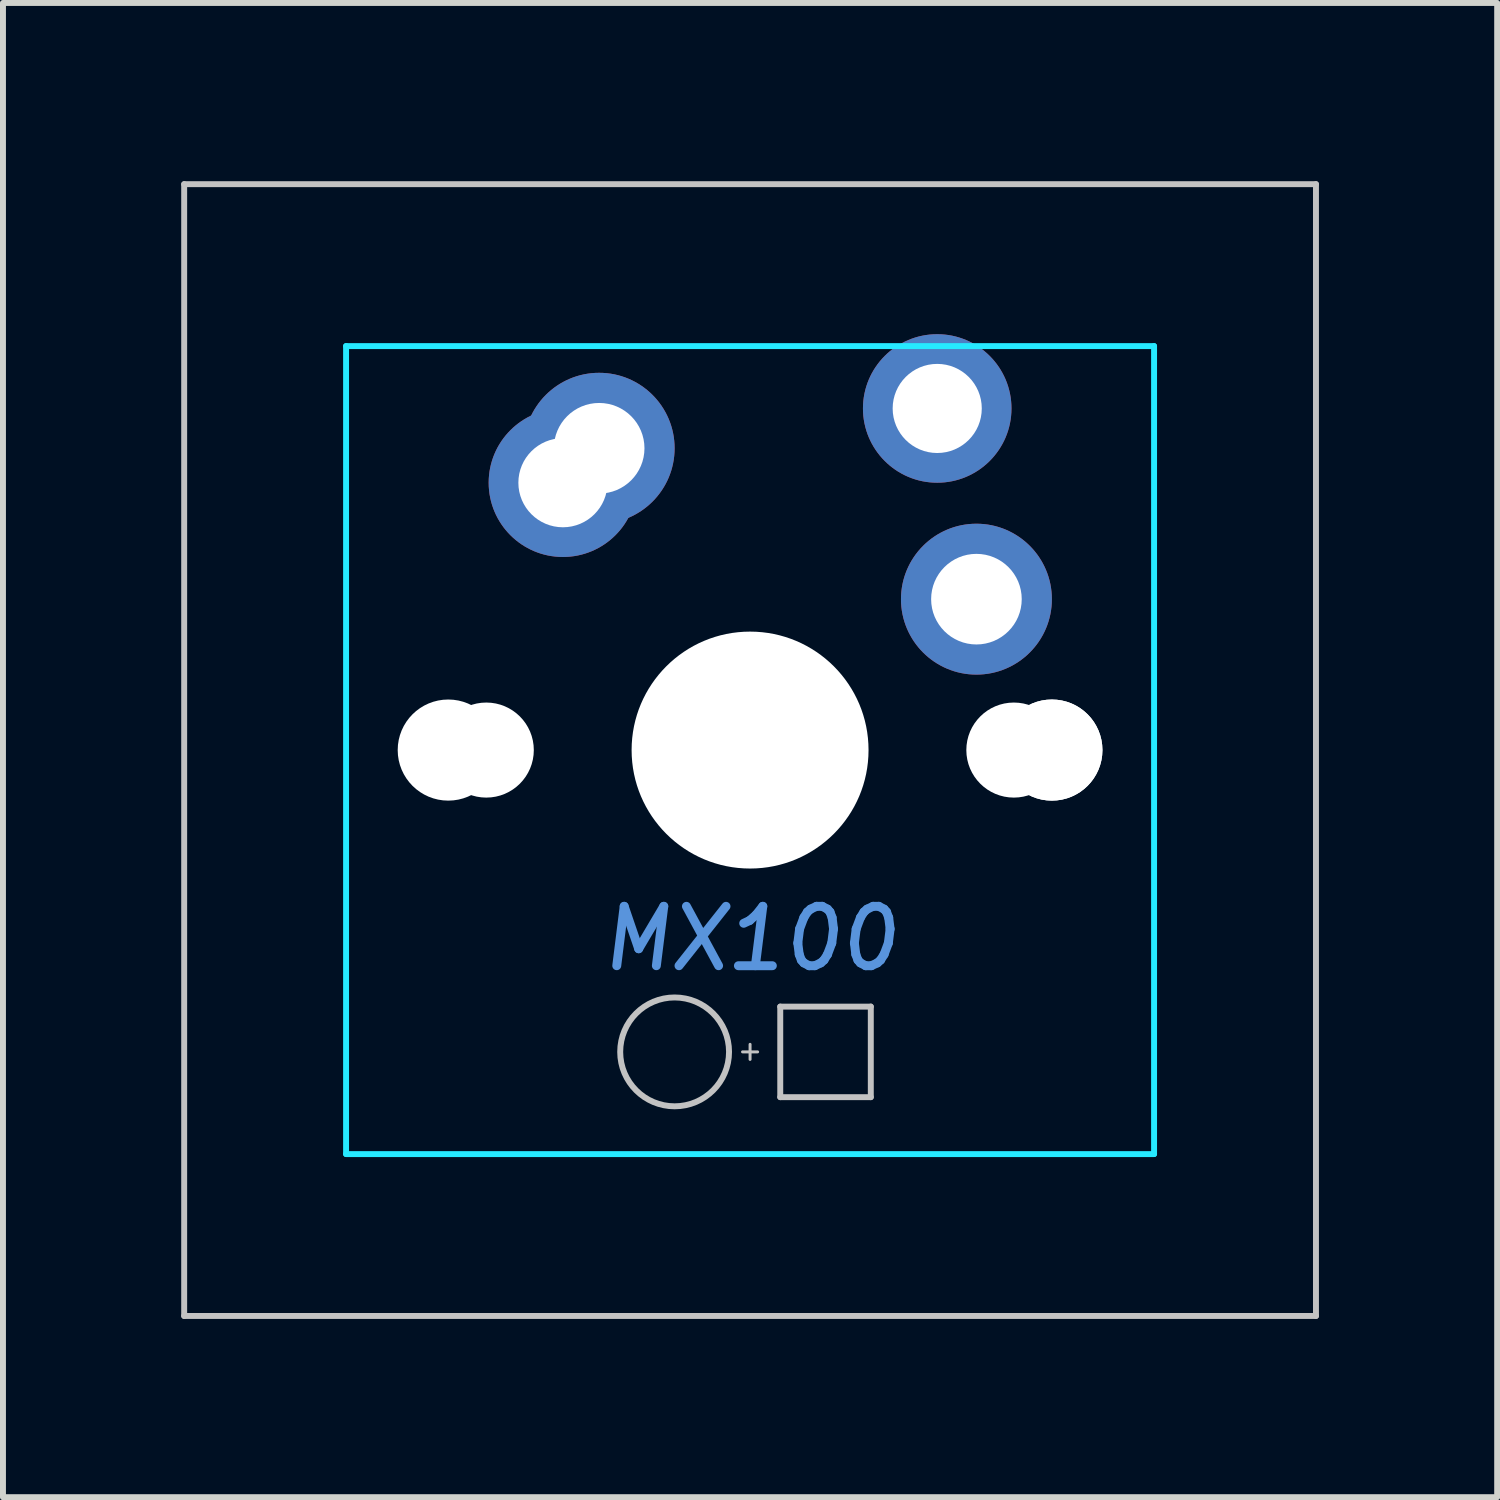
<source format=kicad_pcb>
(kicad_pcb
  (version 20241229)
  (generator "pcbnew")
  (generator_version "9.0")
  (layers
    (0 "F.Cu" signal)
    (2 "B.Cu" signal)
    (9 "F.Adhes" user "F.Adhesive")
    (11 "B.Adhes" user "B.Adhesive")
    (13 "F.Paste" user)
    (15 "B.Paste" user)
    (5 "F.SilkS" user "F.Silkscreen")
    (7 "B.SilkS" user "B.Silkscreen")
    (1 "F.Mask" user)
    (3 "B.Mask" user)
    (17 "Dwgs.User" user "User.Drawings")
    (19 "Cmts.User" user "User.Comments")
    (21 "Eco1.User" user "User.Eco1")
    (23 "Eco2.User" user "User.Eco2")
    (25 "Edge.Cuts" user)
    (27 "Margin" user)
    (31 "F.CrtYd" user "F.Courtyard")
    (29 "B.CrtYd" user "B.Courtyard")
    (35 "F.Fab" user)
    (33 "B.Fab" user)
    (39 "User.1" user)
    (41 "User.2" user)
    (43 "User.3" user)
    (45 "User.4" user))
  (footprint "MX100"
    (layer "F.Cu")
    (at 9.575 9.575)
    (property "Reference" "MX100" (at 0 3.175 0) (layer "Cmts.User") (effects (font (size 1 1) (thickness 0.15) (italic yes))))
    (attr through_hole)
    (fp_line (start -9.525 -9.525) (end 9.525 -9.525) (stroke (width 0.1) (type solid)) (layer "Dwgs.User"))
    (fp_line (start -9.525 9.525) (end -9.525 -9.525) (stroke (width 0.1) (type solid)) (layer "Dwgs.User"))
    (fp_line (start -0.127 5.08) (end 0.127 5.08) (stroke (width 0.05) (type solid)) (layer "Dwgs.User"))
    (fp_line (start 0 4.953) (end 0 5.207) (stroke (width 0.05) (type solid)) (layer "Dwgs.User"))
    (fp_line (start 0.508 4.318) (end 0.508 5.842) (stroke (width 0.1) (type solid)) (layer "Dwgs.User"))
    (fp_line (start 0.508 4.318) (end 2.032 4.318) (stroke (width 0.1) (type solid)) (layer "Dwgs.User"))
    (fp_line (start 2.032 5.842) (end 0.508 5.842) (stroke (width 0.1) (type solid)) (layer "Dwgs.User"))
    (fp_line (start 2.032 5.842) (end 2.032 4.318) (stroke (width 0.1) (type solid)) (layer "Dwgs.User"))
    (fp_line (start 9.525 -9.525) (end 9.525 9.525) (stroke (width 0.1) (type solid)) (layer "Dwgs.User"))
    (fp_line (start 9.525 9.525) (end -9.525 9.525) (stroke (width 0.1) (type solid)) (layer "Dwgs.User"))
    (fp_circle (center -1.27 5.08) (end -0.354 5.08) (stroke (width 0.1) (type solid)) (fill no) (layer "Dwgs.User"))
    (fp_line (start -8.001 -5.715) (end -8.001 -3.175) (stroke (width 0.1) (type solid)) (layer "Eco1.User"))
    (fp_line (start -8.001 5.715) (end -8.001 3.175) (stroke (width 0.1) (type solid)) (layer "Eco1.User"))
    (fp_line (start -7.747 -5.969) (end -7.239 -5.969) (stroke (width 0.1) (type solid)) (layer "Eco1.User"))
    (fp_line (start -7.747 -2.921) (end -7.239 -2.921) (stroke (width 0.1) (type solid)) (layer "Eco1.User"))
    (fp_line (start -7.747 2.921) (end -7.239 2.921) (stroke (width 0.1) (type solid)) (layer "Eco1.User"))
    (fp_line (start -7.747 5.969) (end -7.239 5.969) (stroke (width 0.1) (type solid)) (layer "Eco1.User"))
    (fp_line (start -6.985 -6.223) (end -6.985 -6.731) (stroke (width 0.1) (type solid)) (layer "Eco1.User"))
    (fp_line (start -6.985 -2.667) (end -6.985 2.667) (stroke (width 0.1) (type solid)) (layer "Eco1.User"))
    (fp_line (start -6.985 6.223) (end -6.985 6.731) (stroke (width 0.1) (type solid)) (layer "Eco1.User"))
    (fp_line (start -2.159 0) (end 2.159 0) (stroke (width 0.1) (type solid)) (layer "Eco1.User"))
    (fp_line (start 0 -2.286) (end 0 2.286) (stroke (width 0.1) (type solid)) (layer "Eco1.User"))
    (fp_line (start 6.731 -6.985) (end -6.731 -6.985) (stroke (width 0.1) (type solid)) (layer "Eco1.User"))
    (fp_line (start 6.731 6.985) (end -6.731 6.985) (stroke (width 0.1) (type solid)) (layer "Eco1.User"))
    (fp_line (start 6.985 -6.223) (end 6.985 -6.731) (stroke (width 0.1) (type solid)) (layer "Eco1.User"))
    (fp_line (start 6.985 2.667) (end 6.985 -2.667) (stroke (width 0.1) (type solid)) (layer "Eco1.User"))
    (fp_line (start 6.985 6.223) (end 6.985 6.731) (stroke (width 0.1) (type solid)) (layer "Eco1.User"))
    (fp_line (start 7.747 -5.969) (end 7.239 -5.969) (stroke (width 0.1) (type solid)) (layer "Eco1.User"))
    (fp_line (start 7.747 -2.921) (end 7.239 -2.921) (stroke (width 0.1) (type solid)) (layer "Eco1.User"))
    (fp_line (start 7.747 2.921) (end 7.239 2.921) (stroke (width 0.1) (type solid)) (layer "Eco1.User"))
    (fp_line (start 7.747 5.969) (end 7.239 5.969) (stroke (width 0.1) (type solid)) (layer "Eco1.User"))
    (fp_line (start 8.001 -5.715) (end 8.001 -3.175) (stroke (width 0.1) (type solid)) (layer "Eco1.User"))
    (fp_line (start 8.001 5.715) (end 8.001 3.175) (stroke (width 0.1) (type solid)) (layer "Eco1.User"))
    (fp_arc (start -8.001 -5.715) (mid -7.926605 -5.894605) (end -7.747 -5.969) (stroke (width 0.1) (type solid)) (layer "Eco1.User"))
    (fp_arc (start -8.001 3.175) (mid -7.926605 2.995395) (end -7.747 2.921) (stroke (width 0.1) (type solid)) (layer "Eco1.User"))
    (fp_arc (start -7.747 -2.921) (mid -7.926605 -2.995395) (end -8.001 -3.175) (stroke (width 0.1) (type solid)) (layer "Eco1.User"))
    (fp_arc (start -7.747 5.969) (mid -7.926605 5.894605) (end -8.001 5.715) (stroke (width 0.1) (type solid)) (layer "Eco1.User"))
    (fp_arc (start -7.239 -2.921) (mid -7.059395 -2.846605) (end -6.985 -2.667) (stroke (width 0.1) (type solid)) (layer "Eco1.User"))
    (fp_arc (start -7.239 5.969) (mid -7.059395 6.043395) (end -6.985 6.223) (stroke (width 0.1) (type solid)) (layer "Eco1.User"))
    (fp_arc (start -6.985 -6.731) (mid -6.910605 -6.910605) (end -6.731 -6.985) (stroke (width 0.1) (type solid)) (layer "Eco1.User"))
    (fp_arc (start -6.985 -6.223) (mid -7.059395 -6.043395) (end -7.239 -5.969) (stroke (width 0.1) (type solid)) (layer "Eco1.User"))
    (fp_arc (start -6.985 2.667) (mid -7.059395 2.846605) (end -7.239 2.921) (stroke (width 0.1) (type solid)) (layer "Eco1.User"))
    (fp_arc (start -6.731 6.985) (mid -6.910605 6.910605) (end -6.985 6.731) (stroke (width 0.1) (type solid)) (layer "Eco1.User"))
    (fp_arc (start 6.731 -6.985) (mid 6.910605 -6.910605) (end 6.985 -6.731) (stroke (width 0.1) (type solid)) (layer "Eco1.User"))
    (fp_arc (start 6.985 -2.667) (mid 7.059395 -2.846605) (end 7.239 -2.921) (stroke (width 0.1) (type solid)) (layer "Eco1.User"))
    (fp_arc (start 6.985 6.223) (mid 7.059395 6.043395) (end 7.239 5.969) (stroke (width 0.1) (type solid)) (layer "Eco1.User"))
    (fp_arc (start 6.985 6.731) (mid 6.910605 6.910605) (end 6.731 6.985) (stroke (width 0.1) (type solid)) (layer "Eco1.User"))
    (fp_arc (start 7.239 -5.969) (mid 7.059395 -6.043395) (end 6.985 -6.223) (stroke (width 0.1) (type solid)) (layer "Eco1.User"))
    (fp_arc (start 7.239 2.921) (mid 7.059395 2.846605) (end 6.985 2.667) (stroke (width 0.1) (type solid)) (layer "Eco1.User"))
    (fp_arc (start 7.747 -5.969) (mid 7.926605 -5.894605) (end 8.001 -5.715) (stroke (width 0.1) (type solid)) (layer "Eco1.User"))
    (fp_arc (start 7.747 2.921) (mid 7.926605 2.995395) (end 8.001 3.175) (stroke (width 0.1) (type solid)) (layer "Eco1.User"))
    (fp_arc (start 8.001 -3.175) (mid 7.926605 -2.995395) (end 7.747 -2.921) (stroke (width 0.1) (type solid)) (layer "Eco1.User"))
    (fp_arc (start 8.001 5.715) (mid 7.926605 5.894605) (end 7.747 5.969) (stroke (width 0.1) (type solid)) (layer "Eco1.User"))
    (fp_circle (center 0 0) (end 1.905 0) (stroke (width 0.1) (type solid)) (fill no) (layer "Eco1.User"))
    (fp_line (start -6.8 -6.8) (end -6.8 6.8) (stroke (width 0.1) (type solid)) (layer "B.CrtYd"))
    (fp_line (start -6.8 -6.8) (end 6.8 -6.8) (stroke (width 0.1) (type solid)) (layer "B.CrtYd"))
    (fp_line (start -6.8 6.8) (end 6.8 6.8) (stroke (width 0.1) (type solid)) (layer "B.CrtYd"))
    (fp_line (start 6.8 -6.8) (end 6.8 6.8) (stroke (width 0.1) (type solid)) (layer "B.CrtYd"))
    (pad "" np_thru_hole circle (at -5.08 0) (size 1.702 1.702) (drill 1.702) (layers "*.Cu" "*.Mask"))
    (pad "" np_thru_hole circle (at -4.44 0) (size 1.6 1.6) (drill 1.6) (layers "*.Cu" "*.Mask"))
    (pad "" np_thru_hole circle (at 0 0) (size 3.988 3.988) (drill 3.988) (layers "*.Cu" "*.Mask"))
    (pad "" np_thru_hole circle (at 4.44 0) (size 1.6 1.6) (drill 1.6) (layers "*.Cu" "*.Mask"))
    (pad "" np_thru_hole circle (at 5.08 0) (size 1.702 1.702) (drill 1.702) (layers "*.Cu" "*.Mask"))
    (pad "" np_thru_hole circle (at 5.08 0) (size 1.702 1.702) (drill 1.702) (layers "*.Cu" "*.Mask"))
    (pad "1" thru_hole circle (at -3.15 -4.5) (size 2.5 2.5) (drill 1.5) (layers "*.Cu" "*.Mask"))
    (pad "1" thru_hole circle (at -2.54 -5.08) (size 2.54 2.54) (drill 1.525) (layers "*.Cu" "*.Mask"))
    (pad "2" thru_hole circle (at 3.15 -5.75) (size 2.5 2.5) (drill 1.5) (layers "*.Cu" "*.Mask"))
    (pad "2" thru_hole circle (at 3.81 -2.54 90) (size 2.54 2.54) (drill 1.525) (layers "*.Cu" "*.Mask")))
  (gr_rect
    (start -3 -3)
    (end 22.15 22.15)
    (stroke (width 0.1) (type default))
    (fill no)
    (layer "Edge.Cuts")))
</source>
